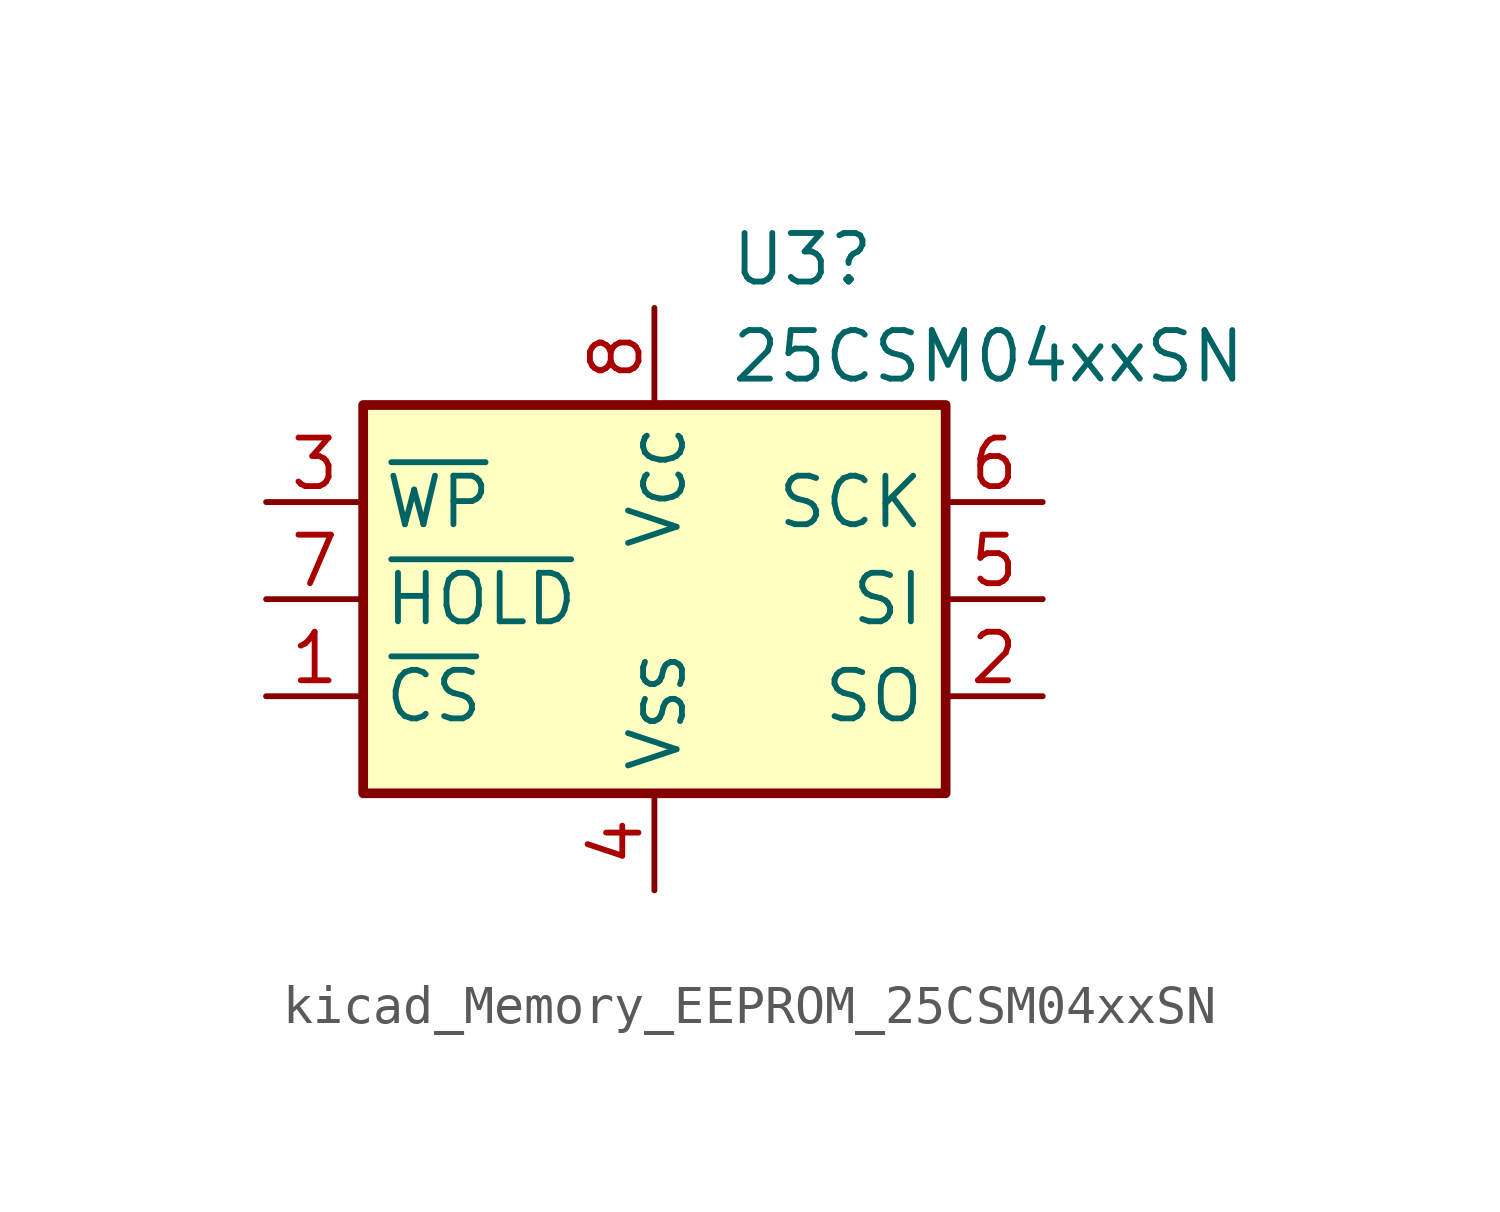
<source format=kicad_sym>
(kicad_symbol_lib
  (version 20220914)
  (generator kicad_symbol_editor)
  (symbol "kicad_Memory_EEPROM_25CSM04xxSN"
    (property "Reference" "U3"
      (at 1.956 8.89 0)
      (effects (font (size 1.27 1.27)) (justify left)))
    (property "Value" "25CSM04xxSN"
      (at 1.956 6.35 0)
      (effects (font (size 1.27 1.27)) (justify left)))
    (symbol "kicad_Memory_EEPROM_25CSM04xxSN_1_1"
      (rectangle (start -7.62 5.08) (end 7.62 -5.08) (stroke (width 0.254) (type default)) (fill (type background)))
      (pin input line (at -10.16 -2.54 0) (length 2.54) (name "~{CS}" (effects (font (size 1.27 1.27)))) (number "1" (effects (font (size 1.27 1.27)))))
      (pin tri_state line (at 10.16 -2.54 180) (length 2.54) (name "SO" (effects (font (size 1.27 1.27)))) (number "2" (effects (font (size 1.27 1.27)))))
      (pin input line (at -10.16 2.54 0) (length 2.54) (name "~{WP}" (effects (font (size 1.27 1.27)))) (number "3" (effects (font (size 1.27 1.27)))))
      (pin power_in line (at 0 -7.62 90) (length 2.54) (name "V_{SS}" (effects (font (size 1.27 1.27)))) (number "4" (effects (font (size 1.27 1.27)))))
      (pin input line (at 10.16 0 180) (length 2.54) (name "SI" (effects (font (size 1.27 1.27)))) (number "5" (effects (font (size 1.27 1.27)))))
      (pin input line (at 10.16 2.54 180) (length 2.54) (name "SCK" (effects (font (size 1.27 1.27)))) (number "6" (effects (font (size 1.27 1.27)))))
      (pin input line (at -10.16 0 0) (length 2.54) (name "~{HOLD}" (effects (font (size 1.27 1.27)))) (number "7" (effects (font (size 1.27 1.27)))))
      (pin power_in line (at 0 7.62 270) (length 2.54) (name "V_{CC}" (effects (font (size 1.27 1.27)))) (number "8" (effects (font (size 1.27 1.27))))))))
</source>
